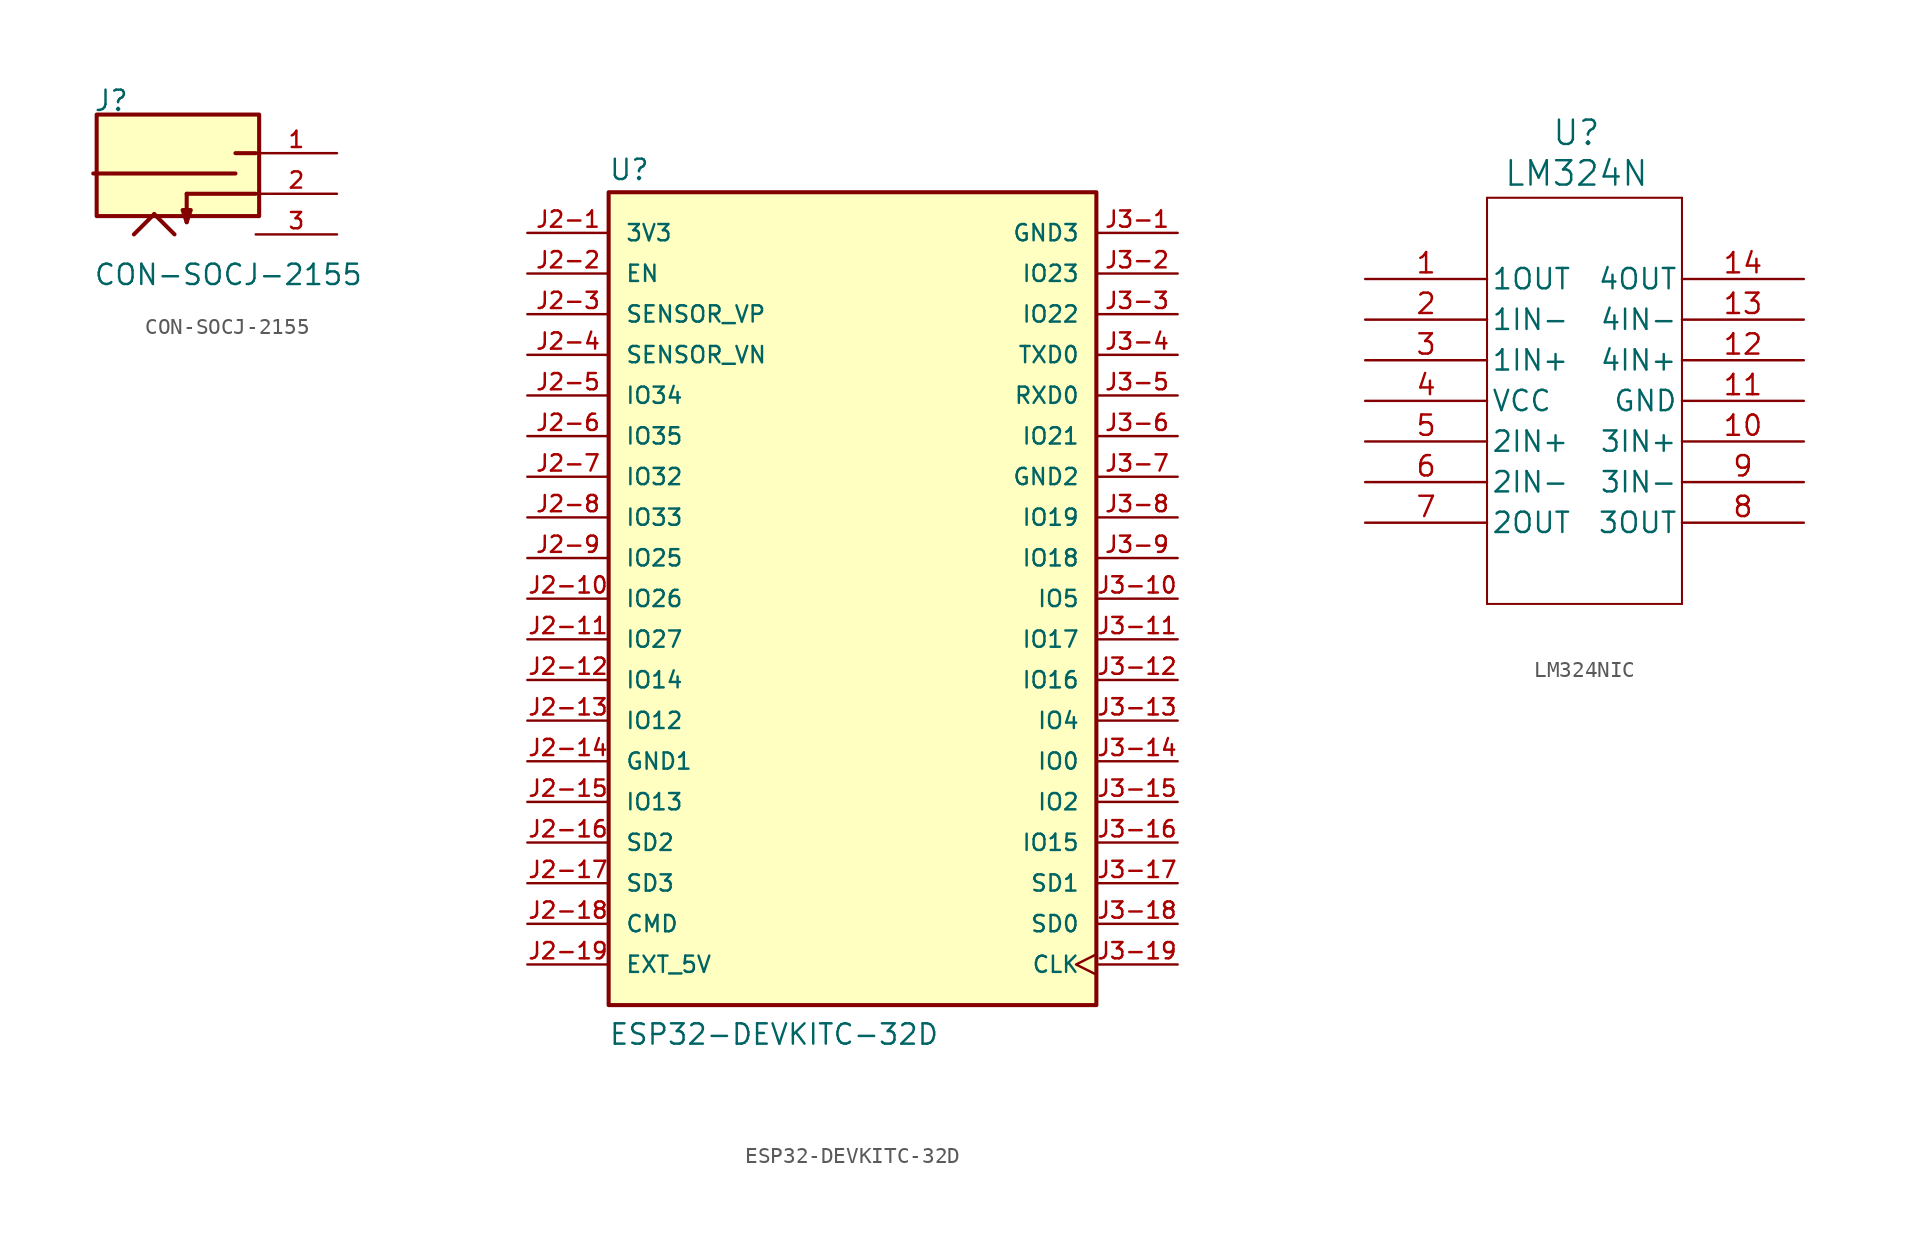
<source format=kicad_sym>
(kicad_symbol_lib
  (version 20220914)
  (generator kicad_symbol_editor)
  (symbol "CON-SOCJ-2155"
    (pin_names
      (offset 1.016))
    (property "Reference" "J"
      (at -5.08 5.08 0)
      (effects (font (size 1.27 1.27)) (justify left bottom)))
    (property "Value" "CON-SOCJ-2155"
      (at -5.08 -4.318 0)
      (effects (font (size 1.27 1.27)) (justify left top)))
    (symbol "CON-SOCJ-2155_0_0"
      (rectangle (start -4.868 -1.397) (end 5.292 4.953) (stroke (width 0.254) (type default)) (fill (type background)))
      (polyline (pts (xy -2.54 -2.54) (xy -1.27 -1.27)) (stroke (width 0.254) (type default)) (fill (type none)))
      (polyline (pts (xy -1.27 -1.27) (xy 0 -2.54)) (stroke (width 0.254) (type default)) (fill (type none)))
      (polyline (pts (xy 0.762 0) (xy 0.762 -1.778)) (stroke (width 0.254) (type default)) (fill (type none)))
      (polyline (pts (xy 0.762 0) (xy 5.08 0)) (stroke (width 0.254) (type default)) (fill (type none)))
      (polyline (pts (xy 3.81 1.27) (xy -5.08 1.27)) (stroke (width 0.254) (type default)) (fill (type none)))
      (polyline (pts (xy 3.81 2.54) (xy 5.08 2.54)) (stroke (width 0.254) (type default)) (fill (type none)))
      (polyline (pts (xy 0.762 -1.778) (xy 0.508 -1.016) (xy 1.016 -1.016) (xy 0.762 -1.778)) (stroke (width 0.254) (type default)) (fill (type outline)))
      (pin passive line (at 10.16 2.54 180) (length 5.08) (name "~" (effects (font (size 1.016 1.016)))) (number "1" (effects (font (size 1.016 1.016)))))
      (pin passive line (at 10.16 0 180) (length 5.08) (name "~" (effects (font (size 1.016 1.016)))) (number "2" (effects (font (size 1.016 1.016)))))
      (pin passive line (at 10.16 -2.54 180) (length 5.08) (name "~" (effects (font (size 1.016 1.016)))) (number "3" (effects (font (size 1.016 1.016)))))))
  (symbol "ESP32-DEVKITC-32D"
    (pin_names
      (offset 1.016))
    (property "Reference" "U"
      (at -15.257 26.064 0)
      (effects (font (size 1.27 1.27)) (justify left bottom)))
    (property "Value" "ESP32-DEVKITC-32D"
      (at -15.256 -27.97 0)
      (effects (font (size 1.27 1.27)) (justify left bottom)))
    (symbol "ESP32-DEVKITC-32D_0_0"
      (rectangle (start -15.24 25.4) (end 15.24 -25.4) (stroke (width 0.254) (type default)) (fill (type background)))
      (pin power_in line (at -20.32 22.86 0) (length 5.08) (name "3V3" (effects (font (size 1.016 1.016)))) (number "J2-1" (effects (font (size 1.016 1.016)))))
      (pin bidirectional line (at -20.32 0 0) (length 5.08) (name "IO26" (effects (font (size 1.016 1.016)))) (number "J2-10" (effects (font (size 1.016 1.016)))))
      (pin bidirectional line (at -20.32 -2.54 0) (length 5.08) (name "IO27" (effects (font (size 1.016 1.016)))) (number "J2-11" (effects (font (size 1.016 1.016)))))
      (pin bidirectional line (at -20.32 -5.08 0) (length 5.08) (name "IO14" (effects (font (size 1.016 1.016)))) (number "J2-12" (effects (font (size 1.016 1.016)))))
      (pin bidirectional line (at -20.32 -7.62 0) (length 5.08) (name "IO12" (effects (font (size 1.016 1.016)))) (number "J2-13" (effects (font (size 1.016 1.016)))))
      (pin power_in line (at -20.32 -10.16 0) (length 5.08) (name "GND1" (effects (font (size 1.016 1.016)))) (number "J2-14" (effects (font (size 1.016 1.016)))))
      (pin bidirectional line (at -20.32 -12.7 0) (length 5.08) (name "IO13" (effects (font (size 1.016 1.016)))) (number "J2-15" (effects (font (size 1.016 1.016)))))
      (pin bidirectional line (at -20.32 -15.24 0) (length 5.08) (name "SD2" (effects (font (size 1.016 1.016)))) (number "J2-16" (effects (font (size 1.016 1.016)))))
      (pin bidirectional line (at -20.32 -17.78 0) (length 5.08) (name "SD3" (effects (font (size 1.016 1.016)))) (number "J2-17" (effects (font (size 1.016 1.016)))))
      (pin bidirectional line (at -20.32 -20.32 0) (length 5.08) (name "CMD" (effects (font (size 1.016 1.016)))) (number "J2-18" (effects (font (size 1.016 1.016)))))
      (pin power_in line (at -20.32 -22.86 0) (length 5.08) (name "EXT_5V" (effects (font (size 1.016 1.016)))) (number "J2-19" (effects (font (size 1.016 1.016)))))
      (pin input line (at -20.32 20.32 0) (length 5.08) (name "EN" (effects (font (size 1.016 1.016)))) (number "J2-2" (effects (font (size 1.016 1.016)))))
      (pin input line (at -20.32 17.78 0) (length 5.08) (name "SENSOR_VP" (effects (font (size 1.016 1.016)))) (number "J2-3" (effects (font (size 1.016 1.016)))))
      (pin input line (at -20.32 15.24 0) (length 5.08) (name "SENSOR_VN" (effects (font (size 1.016 1.016)))) (number "J2-4" (effects (font (size 1.016 1.016)))))
      (pin bidirectional line (at -20.32 12.7 0) (length 5.08) (name "IO34" (effects (font (size 1.016 1.016)))) (number "J2-5" (effects (font (size 1.016 1.016)))))
      (pin bidirectional line (at -20.32 10.16 0) (length 5.08) (name "IO35" (effects (font (size 1.016 1.016)))) (number "J2-6" (effects (font (size 1.016 1.016)))))
      (pin bidirectional line (at -20.32 7.62 0) (length 5.08) (name "IO32" (effects (font (size 1.016 1.016)))) (number "J2-7" (effects (font (size 1.016 1.016)))))
      (pin bidirectional line (at -20.32 5.08 0) (length 5.08) (name "IO33" (effects (font (size 1.016 1.016)))) (number "J2-8" (effects (font (size 1.016 1.016)))))
      (pin bidirectional line (at -20.32 2.54 0) (length 5.08) (name "IO25" (effects (font (size 1.016 1.016)))) (number "J2-9" (effects (font (size 1.016 1.016)))))
      (pin power_in line (at 20.32 22.86 180) (length 5.08) (name "GND3" (effects (font (size 1.016 1.016)))) (number "J3-1" (effects (font (size 1.016 1.016)))))
      (pin bidirectional line (at 20.32 0 180) (length 5.08) (name "IO5" (effects (font (size 1.016 1.016)))) (number "J3-10" (effects (font (size 1.016 1.016)))))
      (pin bidirectional line (at 20.32 -2.54 180) (length 5.08) (name "IO17" (effects (font (size 1.016 1.016)))) (number "J3-11" (effects (font (size 1.016 1.016)))))
      (pin bidirectional line (at 20.32 -5.08 180) (length 5.08) (name "IO16" (effects (font (size 1.016 1.016)))) (number "J3-12" (effects (font (size 1.016 1.016)))))
      (pin bidirectional line (at 20.32 -7.62 180) (length 5.08) (name "IO4" (effects (font (size 1.016 1.016)))) (number "J3-13" (effects (font (size 1.016 1.016)))))
      (pin bidirectional line (at 20.32 -10.16 180) (length 5.08) (name "IO0" (effects (font (size 1.016 1.016)))) (number "J3-14" (effects (font (size 1.016 1.016)))))
      (pin bidirectional line (at 20.32 -12.7 180) (length 5.08) (name "IO2" (effects (font (size 1.016 1.016)))) (number "J3-15" (effects (font (size 1.016 1.016)))))
      (pin bidirectional line (at 20.32 -15.24 180) (length 5.08) (name "IO15" (effects (font (size 1.016 1.016)))) (number "J3-16" (effects (font (size 1.016 1.016)))))
      (pin bidirectional line (at 20.32 -17.78 180) (length 5.08) (name "SD1" (effects (font (size 1.016 1.016)))) (number "J3-17" (effects (font (size 1.016 1.016)))))
      (pin bidirectional line (at 20.32 -20.32 180) (length 5.08) (name "SD0" (effects (font (size 1.016 1.016)))) (number "J3-18" (effects (font (size 1.016 1.016)))))
      (pin input clock (at 20.32 -22.86 180) (length 5.08) (name "CLK" (effects (font (size 1.016 1.016)))) (number "J3-19" (effects (font (size 1.016 1.016)))))
      (pin bidirectional line (at 20.32 20.32 180) (length 5.08) (name "IO23" (effects (font (size 1.016 1.016)))) (number "J3-2" (effects (font (size 1.016 1.016)))))
      (pin bidirectional line (at 20.32 17.78 180) (length 5.08) (name "IO22" (effects (font (size 1.016 1.016)))) (number "J3-3" (effects (font (size 1.016 1.016)))))
      (pin output line (at 20.32 15.24 180) (length 5.08) (name "TXD0" (effects (font (size 1.016 1.016)))) (number "J3-4" (effects (font (size 1.016 1.016)))))
      (pin input line (at 20.32 12.7 180) (length 5.08) (name "RXD0" (effects (font (size 1.016 1.016)))) (number "J3-5" (effects (font (size 1.016 1.016)))))
      (pin bidirectional line (at 20.32 10.16 180) (length 5.08) (name "IO21" (effects (font (size 1.016 1.016)))) (number "J3-6" (effects (font (size 1.016 1.016)))))
      (pin power_in line (at 20.32 7.62 180) (length 5.08) (name "GND2" (effects (font (size 1.016 1.016)))) (number "J3-7" (effects (font (size 1.016 1.016)))))
      (pin bidirectional line (at 20.32 5.08 180) (length 5.08) (name "IO19" (effects (font (size 1.016 1.016)))) (number "J3-8" (effects (font (size 1.016 1.016)))))
      (pin bidirectional line (at 20.32 2.54 180) (length 5.08) (name "IO18" (effects (font (size 1.016 1.016)))) (number "J3-9" (effects (font (size 1.016 1.016)))))))
  (symbol "LM324NIC"
    (pin_names
      (offset 0.254))
    (property "Reference" "U"
      (at 13.208 9.144 0)
      (effects (font (size 1.524 1.524))))
    (property "Value" "LM324N"
      (at 13.208 6.604 0)
      (effects (font (size 1.524 1.524))))
    (property "ki_locked" ""
      (at 0 0 0)
      (effects (font (size 1.27 1.27))))
    (symbol "LM324NIC_0_1"
      (polyline (pts (xy 7.62 -20.32) (xy 19.812 -20.32)) (stroke (width 0.127) (type default)) (fill (type none)))
      (polyline (pts (xy 7.62 5.08) (xy 7.62 -20.32)) (stroke (width 0.127) (type default)) (fill (type none)))
      (polyline (pts (xy 19.812 -20.32) (xy 19.812 5.08)) (stroke (width 0.127) (type default)) (fill (type none)))
      (polyline (pts (xy 19.812 5.08) (xy 7.62 5.08)) (stroke (width 0.127) (type default)) (fill (type none)))
      (pin output line (at 0 0 0) (length 7.62) (name "1OUT" (effects (font (size 1.27 1.27)))) (number "1" (effects (font (size 1.27 1.27)))))
      (pin input line (at 27.432 -10.16 180) (length 7.62) (name "3IN+" (effects (font (size 1.27 1.27)))) (number "10" (effects (font (size 1.27 1.27)))))
      (pin power_in line (at 27.432 -7.62 180) (length 7.62) (name "GND" (effects (font (size 1.27 1.27)))) (number "11" (effects (font (size 1.27 1.27)))))
      (pin input line (at 27.432 -5.08 180) (length 7.62) (name "4IN+" (effects (font (size 1.27 1.27)))) (number "12" (effects (font (size 1.27 1.27)))))
      (pin input line (at 27.432 -2.54 180) (length 7.62) (name "4IN-" (effects (font (size 1.27 1.27)))) (number "13" (effects (font (size 1.27 1.27)))))
      (pin output line (at 27.432 0 180) (length 7.62) (name "4OUT" (effects (font (size 1.27 1.27)))) (number "14" (effects (font (size 1.27 1.27)))))
      (pin input line (at 0 -2.54 0) (length 7.62) (name "1IN-" (effects (font (size 1.27 1.27)))) (number "2" (effects (font (size 1.27 1.27)))))
      (pin input line (at 0 -5.08 0) (length 7.62) (name "1IN+" (effects (font (size 1.27 1.27)))) (number "3" (effects (font (size 1.27 1.27)))))
      (pin power_in line (at 0 -7.62 0) (length 7.62) (name "VCC" (effects (font (size 1.27 1.27)))) (number "4" (effects (font (size 1.27 1.27)))))
      (pin input line (at 0 -10.16 0) (length 7.62) (name "2IN+" (effects (font (size 1.27 1.27)))) (number "5" (effects (font (size 1.27 1.27)))))
      (pin input line (at 0 -12.7 0) (length 7.62) (name "2IN-" (effects (font (size 1.27 1.27)))) (number "6" (effects (font (size 1.27 1.27)))))
      (pin output line (at 0 -15.24 0) (length 7.62) (name "2OUT" (effects (font (size 1.27 1.27)))) (number "7" (effects (font (size 1.27 1.27)))))
      (pin output line (at 27.432 -15.24 180) (length 7.62) (name "3OUT" (effects (font (size 1.27 1.27)))) (number "8" (effects (font (size 1.27 1.27)))))
      (pin input line (at 27.432 -12.7 180) (length 7.62) (name "3IN-" (effects (font (size 1.27 1.27)))) (number "9" (effects (font (size 1.27 1.27))))))))
</source>
